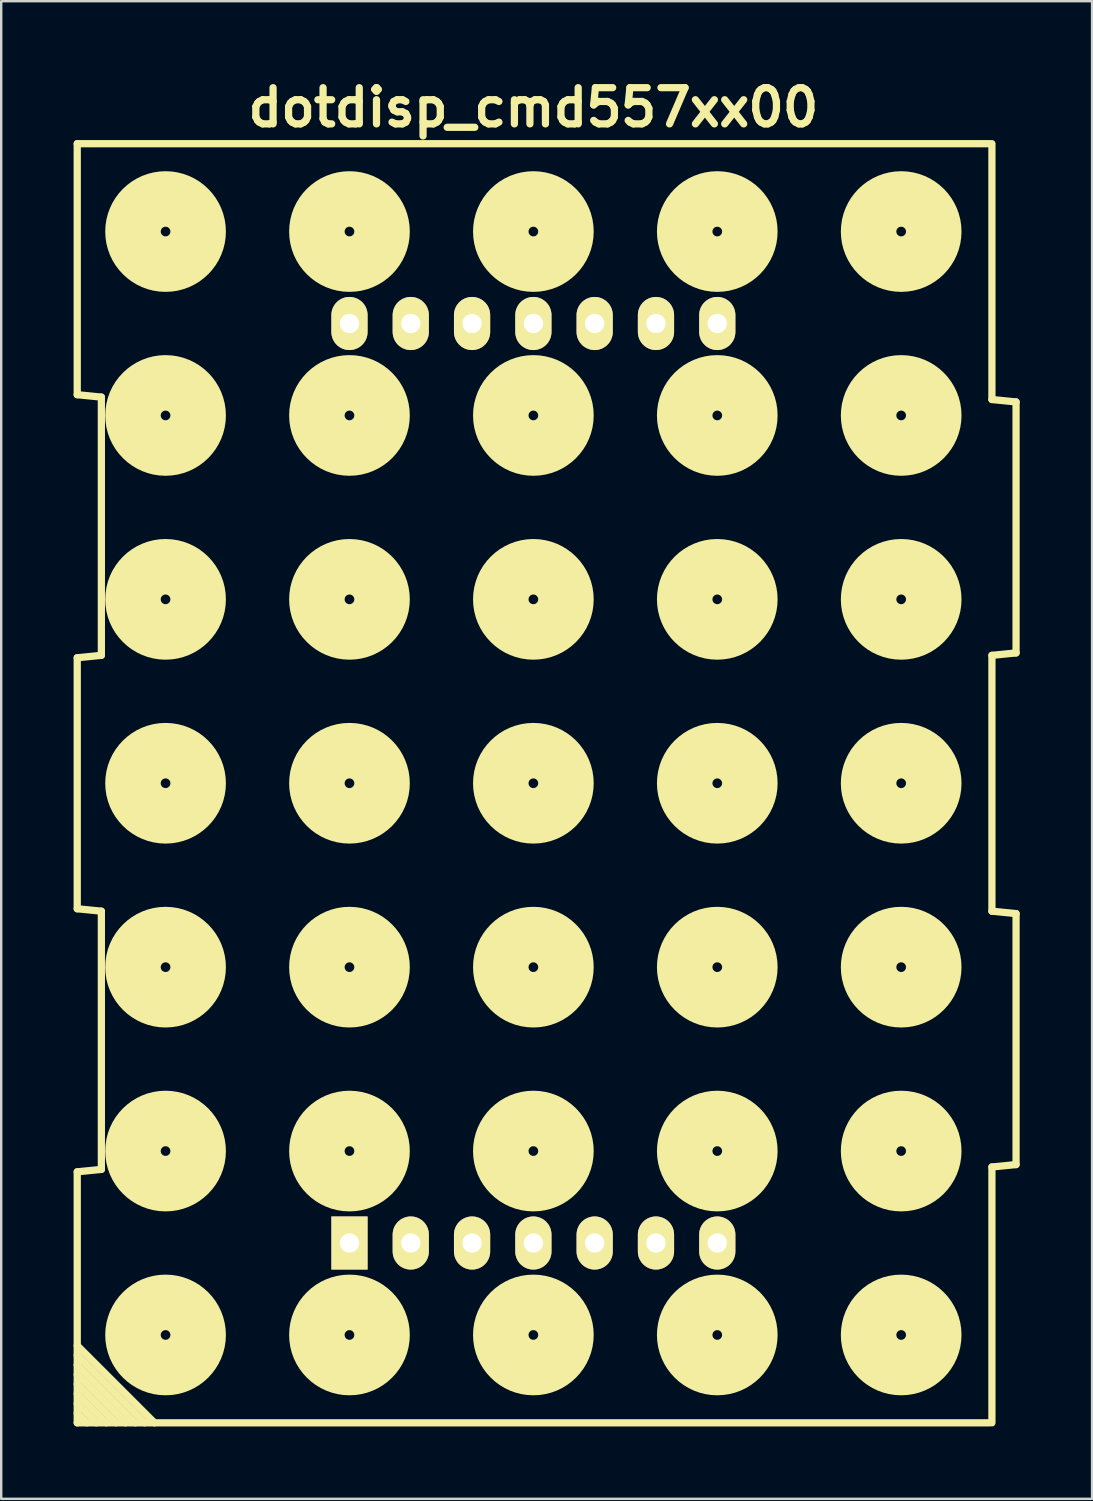
<source format=kicad_pcb>
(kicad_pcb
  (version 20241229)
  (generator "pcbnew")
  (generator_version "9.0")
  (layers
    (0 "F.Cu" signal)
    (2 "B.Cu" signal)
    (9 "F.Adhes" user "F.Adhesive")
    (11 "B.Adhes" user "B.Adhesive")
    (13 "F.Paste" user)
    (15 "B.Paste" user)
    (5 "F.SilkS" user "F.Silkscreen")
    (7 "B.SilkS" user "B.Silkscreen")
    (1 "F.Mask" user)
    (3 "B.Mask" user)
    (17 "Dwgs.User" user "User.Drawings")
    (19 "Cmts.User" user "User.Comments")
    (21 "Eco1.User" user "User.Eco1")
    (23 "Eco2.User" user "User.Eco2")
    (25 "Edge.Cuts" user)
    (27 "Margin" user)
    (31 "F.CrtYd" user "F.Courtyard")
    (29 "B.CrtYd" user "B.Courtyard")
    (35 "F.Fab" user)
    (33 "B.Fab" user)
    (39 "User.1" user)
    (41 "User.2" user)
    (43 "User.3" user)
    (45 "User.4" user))
  (footprint "dotdisp_cmd557xx00"
    (layer "F.Cu")
    (at 19.05 29.404)
    (property "Reference" "dotdisp_cmd557xx00" (at 0 -28 0) (layer "F.SilkS") (effects (font (size 1.5 1.5) (thickness 0.3))))
    (attr through_hole)
    (fp_line (start -18.9 -26.5) (end -18.9 -16.1) (stroke (width 0.3) (type solid)) (layer "F.SilkS"))
    (fp_line (start -18.9 -16.1) (end -17.9 -16) (stroke (width 0.3) (type solid)) (layer "F.SilkS"))
    (fp_line (start -18.9 -5.2) (end -18.9 5.2) (stroke (width 0.3) (type solid)) (layer "F.SilkS"))
    (fp_line (start -18.9 -5.2) (end -17.9 -5.3) (stroke (width 0.3) (type solid)) (layer "F.SilkS"))
    (fp_line (start -18.9 5.2) (end -17.9 5.3) (stroke (width 0.3) (type solid)) (layer "F.SilkS"))
    (fp_line (start -18.9 16.1) (end -18.9 26.5) (stroke (width 0.3) (type solid)) (layer "F.SilkS"))
    (fp_line (start -18.9 16.1) (end -17.9 16) (stroke (width 0.3) (type solid)) (layer "F.SilkS"))
    (fp_line (start -18.9 23.7) (end -16.1 26.5) (stroke (width 0.3) (type solid)) (layer "F.SilkS"))
    (fp_line (start -18.9 24.1) (end -16.5 26.5) (stroke (width 0.3) (type solid)) (layer "F.SilkS"))
    (fp_line (start -18.9 25.3) (end -17.7 26.5) (stroke (width 0.3) (type solid)) (layer "F.SilkS"))
    (fp_line (start -18.9 26.1) (end -18.5 26.5) (stroke (width 0.3) (type solid)) (layer "F.SilkS"))
    (fp_line (start -18.9 26.5) (end 18.9 26.5) (stroke (width 0.3) (type solid)) (layer "F.SilkS"))
    (fp_line (start -18.1 26.5) (end -18.9 25.7) (stroke (width 0.3) (type solid)) (layer "F.SilkS"))
    (fp_line (start -17.9 -5.3) (end -17.9 -16) (stroke (width 0.3) (type solid)) (layer "F.SilkS"))
    (fp_line (start -17.9 16) (end -17.9 5.3) (stroke (width 0.3) (type solid)) (layer "F.SilkS"))
    (fp_line (start -17.3 26.5) (end -18.9 24.9) (stroke (width 0.3) (type solid)) (layer "F.SilkS"))
    (fp_line (start -16.9 26.5) (end -18.9 24.5) (stroke (width 0.3) (type solid)) (layer "F.SilkS"))
    (fp_line (start -15.7 26.5) (end -18.9 23.3) (stroke (width 0.3) (type solid)) (layer "F.SilkS"))
    (fp_line (start 18.9 -26.5) (end -18.9 -26.5) (stroke (width 0.3) (type solid)) (layer "F.SilkS"))
    (fp_line (start 19 -15.9) (end 19 -26.5) (stroke (width 0.3) (type solid)) (layer "F.SilkS"))
    (fp_line (start 19 -15.9) (end 20 -15.8) (stroke (width 0.3) (type solid)) (layer "F.SilkS"))
    (fp_line (start 19 -5.3) (end 20 -5.4) (stroke (width 0.3) (type solid)) (layer "F.SilkS"))
    (fp_line (start 19 5.3) (end 19 -5.3) (stroke (width 0.3) (type solid)) (layer "F.SilkS"))
    (fp_line (start 19 5.3) (end 20 5.4) (stroke (width 0.3) (type solid)) (layer "F.SilkS"))
    (fp_line (start 19 15.9) (end 20 15.8) (stroke (width 0.3) (type solid)) (layer "F.SilkS"))
    (fp_line (start 19 26.5) (end 19 15.9) (stroke (width 0.3) (type solid)) (layer "F.SilkS"))
    (fp_line (start 20 -15.8) (end 20 -5.4) (stroke (width 0.3) (type solid)) (layer "F.SilkS"))
    (fp_line (start 20 5.4) (end 20 15.8) (stroke (width 0.3) (type solid)) (layer "F.SilkS"))
    (fp_circle (center -15.24 -22.86) (end -16.34 -22.86) (stroke (width 1) (type solid)) (fill no) (layer "F.SilkS"))
    (fp_circle (center -15.24 -22.86) (end -15.04 -22.86) (stroke (width 1) (type solid)) (fill no) (layer "F.SilkS"))
    (fp_circle (center -15.24 -22.86) (end -13.24 -22.86) (stroke (width 1) (type solid)) (fill no) (layer "F.SilkS"))
    (fp_circle (center -15.24 -15.24) (end -16.34 -15.24) (stroke (width 1) (type solid)) (fill no) (layer "F.SilkS"))
    (fp_circle (center -15.24 -15.24) (end -15.04 -15.24) (stroke (width 1) (type solid)) (fill no) (layer "F.SilkS"))
    (fp_circle (center -15.24 -15.24) (end -13.24 -15.24) (stroke (width 1) (type solid)) (fill no) (layer "F.SilkS"))
    (fp_circle (center -15.24 -7.62) (end -16.34 -7.62) (stroke (width 1) (type solid)) (fill no) (layer "F.SilkS"))
    (fp_circle (center -15.24 -7.62) (end -15.04 -7.62) (stroke (width 1) (type solid)) (fill no) (layer "F.SilkS"))
    (fp_circle (center -15.24 -7.62) (end -13.24 -7.62) (stroke (width 1) (type solid)) (fill no) (layer "F.SilkS"))
    (fp_circle (center -15.24 0) (end -16.34 0) (stroke (width 1) (type solid)) (fill no) (layer "F.SilkS"))
    (fp_circle (center -15.24 0) (end -15.04 0) (stroke (width 1) (type solid)) (fill no) (layer "F.SilkS"))
    (fp_circle (center -15.24 0) (end -13.24 0) (stroke (width 1) (type solid)) (fill no) (layer "F.SilkS"))
    (fp_circle (center -15.24 7.62) (end -16.34 7.62) (stroke (width 1) (type solid)) (fill no) (layer "F.SilkS"))
    (fp_circle (center -15.24 7.62) (end -15.04 7.62) (stroke (width 1) (type solid)) (fill no) (layer "F.SilkS"))
    (fp_circle (center -15.24 7.62) (end -13.24 7.62) (stroke (width 1) (type solid)) (fill no) (layer "F.SilkS"))
    (fp_circle (center -15.24 15.24) (end -16.34 15.24) (stroke (width 1) (type solid)) (fill no) (layer "F.SilkS"))
    (fp_circle (center -15.24 15.24) (end -15.04 15.24) (stroke (width 1) (type solid)) (fill no) (layer "F.SilkS"))
    (fp_circle (center -15.24 15.24) (end -13.24 15.24) (stroke (width 1) (type solid)) (fill no) (layer "F.SilkS"))
    (fp_circle (center -15.24 22.86) (end -16.34 22.86) (stroke (width 1) (type solid)) (fill no) (layer "F.SilkS"))
    (fp_circle (center -15.24 22.86) (end -15.04 22.86) (stroke (width 1) (type solid)) (fill no) (layer "F.SilkS"))
    (fp_circle (center -15.24 22.86) (end -13.24 22.86) (stroke (width 1) (type solid)) (fill no) (layer "F.SilkS"))
    (fp_circle (center -7.62 -22.86) (end -8.72 -22.86) (stroke (width 1) (type solid)) (fill no) (layer "F.SilkS"))
    (fp_circle (center -7.62 -22.86) (end -7.42 -22.86) (stroke (width 1) (type solid)) (fill no) (layer "F.SilkS"))
    (fp_circle (center -7.62 -22.86) (end -5.62 -22.86) (stroke (width 1) (type solid)) (fill no) (layer "F.SilkS"))
    (fp_circle (center -7.62 -15.24) (end -8.72 -15.24) (stroke (width 1) (type solid)) (fill no) (layer "F.SilkS"))
    (fp_circle (center -7.62 -15.24) (end -7.42 -15.24) (stroke (width 1) (type solid)) (fill no) (layer "F.SilkS"))
    (fp_circle (center -7.62 -15.24) (end -5.62 -15.24) (stroke (width 1) (type solid)) (fill no) (layer "F.SilkS"))
    (fp_circle (center -7.62 -7.62) (end -8.72 -7.62) (stroke (width 1) (type solid)) (fill no) (layer "F.SilkS"))
    (fp_circle (center -7.62 -7.62) (end -7.42 -7.62) (stroke (width 1) (type solid)) (fill no) (layer "F.SilkS"))
    (fp_circle (center -7.62 -7.62) (end -5.62 -7.62) (stroke (width 1) (type solid)) (fill no) (layer "F.SilkS"))
    (fp_circle (center -7.62 0) (end -8.72 0) (stroke (width 1) (type solid)) (fill no) (layer "F.SilkS"))
    (fp_circle (center -7.62 0) (end -7.42 0) (stroke (width 1) (type solid)) (fill no) (layer "F.SilkS"))
    (fp_circle (center -7.62 0) (end -5.62 0) (stroke (width 1) (type solid)) (fill no) (layer "F.SilkS"))
    (fp_circle (center -7.62 7.62) (end -8.72 7.62) (stroke (width 1) (type solid)) (fill no) (layer "F.SilkS"))
    (fp_circle (center -7.62 7.62) (end -7.42 7.62) (stroke (width 1) (type solid)) (fill no) (layer "F.SilkS"))
    (fp_circle (center -7.62 7.62) (end -5.62 7.62) (stroke (width 1) (type solid)) (fill no) (layer "F.SilkS"))
    (fp_circle (center -7.62 15.24) (end -8.72 15.24) (stroke (width 1) (type solid)) (fill no) (layer "F.SilkS"))
    (fp_circle (center -7.62 15.24) (end -7.42 15.24) (stroke (width 1) (type solid)) (fill no) (layer "F.SilkS"))
    (fp_circle (center -7.62 15.24) (end -5.62 15.24) (stroke (width 1) (type solid)) (fill no) (layer "F.SilkS"))
    (fp_circle (center -7.62 22.86) (end -8.72 22.86) (stroke (width 1) (type solid)) (fill no) (layer "F.SilkS"))
    (fp_circle (center -7.62 22.86) (end -7.42 22.86) (stroke (width 1) (type solid)) (fill no) (layer "F.SilkS"))
    (fp_circle (center -7.62 22.86) (end -5.62 22.86) (stroke (width 1) (type solid)) (fill no) (layer "F.SilkS"))
    (fp_circle (center 0 -22.86) (end -1.1 -22.86) (stroke (width 1) (type solid)) (fill no) (layer "F.SilkS"))
    (fp_circle (center 0 -22.86) (end 0.2 -22.86) (stroke (width 1) (type solid)) (fill no) (layer "F.SilkS"))
    (fp_circle (center 0 -22.86) (end 2 -22.86) (stroke (width 1) (type solid)) (fill no) (layer "F.SilkS"))
    (fp_circle (center 0 -15.24) (end -1.1 -15.24) (stroke (width 1) (type solid)) (fill no) (layer "F.SilkS"))
    (fp_circle (center 0 -15.24) (end 0.2 -15.24) (stroke (width 1) (type solid)) (fill no) (layer "F.SilkS"))
    (fp_circle (center 0 -15.24) (end 2 -15.24) (stroke (width 1) (type solid)) (fill no) (layer "F.SilkS"))
    (fp_circle (center 0 -7.62) (end -1.1 -7.62) (stroke (width 1) (type solid)) (fill no) (layer "F.SilkS"))
    (fp_circle (center 0 -7.62) (end 0.2 -7.62) (stroke (width 1) (type solid)) (fill no) (layer "F.SilkS"))
    (fp_circle (center 0 -7.62) (end 2 -7.62) (stroke (width 1) (type solid)) (fill no) (layer "F.SilkS"))
    (fp_circle (center 0 0) (end -1.1 0) (stroke (width 1) (type solid)) (fill no) (layer "F.SilkS"))
    (fp_circle (center 0 0) (end 0.2 0) (stroke (width 1) (type solid)) (fill no) (layer "F.SilkS"))
    (fp_circle (center 0 0) (end 2 0) (stroke (width 1) (type solid)) (fill no) (layer "F.SilkS"))
    (fp_circle (center 0 7.62) (end -1.1 7.62) (stroke (width 1) (type solid)) (fill no) (layer "F.SilkS"))
    (fp_circle (center 0 7.62) (end 0.2 7.62) (stroke (width 1) (type solid)) (fill no) (layer "F.SilkS"))
    (fp_circle (center 0 7.62) (end 2 7.62) (stroke (width 1) (type solid)) (fill no) (layer "F.SilkS"))
    (fp_circle (center 0 15.24) (end -1.1 15.24) (stroke (width 1) (type solid)) (fill no) (layer "F.SilkS"))
    (fp_circle (center 0 15.24) (end 0.2 15.24) (stroke (width 1) (type solid)) (fill no) (layer "F.SilkS"))
    (fp_circle (center 0 15.24) (end 2 15.24) (stroke (width 1) (type solid)) (fill no) (layer "F.SilkS"))
    (fp_circle (center 0 22.86) (end -1.1 22.86) (stroke (width 1) (type solid)) (fill no) (layer "F.SilkS"))
    (fp_circle (center 0 22.86) (end 0.2 22.86) (stroke (width 1) (type solid)) (fill no) (layer "F.SilkS"))
    (fp_circle (center 0 22.86) (end 2 22.86) (stroke (width 1) (type solid)) (fill no) (layer "F.SilkS"))
    (fp_circle (center 7.62 -22.86) (end 6.52 -22.86) (stroke (width 1) (type solid)) (fill no) (layer "F.SilkS"))
    (fp_circle (center 7.62 -22.86) (end 7.82 -22.86) (stroke (width 1) (type solid)) (fill no) (layer "F.SilkS"))
    (fp_circle (center 7.62 -22.86) (end 9.62 -22.86) (stroke (width 1) (type solid)) (fill no) (layer "F.SilkS"))
    (fp_circle (center 7.62 -15.24) (end 6.52 -15.24) (stroke (width 1) (type solid)) (fill no) (layer "F.SilkS"))
    (fp_circle (center 7.62 -15.24) (end 7.82 -15.24) (stroke (width 1) (type solid)) (fill no) (layer "F.SilkS"))
    (fp_circle (center 7.62 -15.24) (end 9.62 -15.24) (stroke (width 1) (type solid)) (fill no) (layer "F.SilkS"))
    (fp_circle (center 7.62 -7.62) (end 6.52 -7.62) (stroke (width 1) (type solid)) (fill no) (layer "F.SilkS"))
    (fp_circle (center 7.62 -7.62) (end 7.82 -7.62) (stroke (width 1) (type solid)) (fill no) (layer "F.SilkS"))
    (fp_circle (center 7.62 -7.62) (end 9.62 -7.62) (stroke (width 1) (type solid)) (fill no) (layer "F.SilkS"))
    (fp_circle (center 7.62 0) (end 6.52 0) (stroke (width 1) (type solid)) (fill no) (layer "F.SilkS"))
    (fp_circle (center 7.62 0) (end 7.82 0) (stroke (width 1) (type solid)) (fill no) (layer "F.SilkS"))
    (fp_circle (center 7.62 0) (end 9.62 0) (stroke (width 1) (type solid)) (fill no) (layer "F.SilkS"))
    (fp_circle (center 7.62 7.62) (end 6.52 7.62) (stroke (width 1) (type solid)) (fill no) (layer "F.SilkS"))
    (fp_circle (center 7.62 7.62) (end 7.82 7.62) (stroke (width 1) (type solid)) (fill no) (layer "F.SilkS"))
    (fp_circle (center 7.62 7.62) (end 9.62 7.62) (stroke (width 1) (type solid)) (fill no) (layer "F.SilkS"))
    (fp_circle (center 7.62 15.24) (end 6.52 15.24) (stroke (width 1) (type solid)) (fill no) (layer "F.SilkS"))
    (fp_circle (center 7.62 15.24) (end 7.82 15.24) (stroke (width 1) (type solid)) (fill no) (layer "F.SilkS"))
    (fp_circle (center 7.62 15.24) (end 9.62 15.24) (stroke (width 1) (type solid)) (fill no) (layer "F.SilkS"))
    (fp_circle (center 7.62 22.86) (end 6.52 22.86) (stroke (width 1) (type solid)) (fill no) (layer "F.SilkS"))
    (fp_circle (center 7.62 22.86) (end 7.82 22.86) (stroke (width 1) (type solid)) (fill no) (layer "F.SilkS"))
    (fp_circle (center 7.62 22.86) (end 9.62 22.86) (stroke (width 1) (type solid)) (fill no) (layer "F.SilkS"))
    (fp_circle (center 15.24 -22.86) (end 14.14 -22.86) (stroke (width 1) (type solid)) (fill no) (layer "F.SilkS"))
    (fp_circle (center 15.24 -22.86) (end 15.44 -22.86) (stroke (width 1) (type solid)) (fill no) (layer "F.SilkS"))
    (fp_circle (center 15.24 -22.86) (end 17.24 -22.86) (stroke (width 1) (type solid)) (fill no) (layer "F.SilkS"))
    (fp_circle (center 15.24 -15.24) (end 14.14 -15.24) (stroke (width 1) (type solid)) (fill no) (layer "F.SilkS"))
    (fp_circle (center 15.24 -15.24) (end 15.44 -15.24) (stroke (width 1) (type solid)) (fill no) (layer "F.SilkS"))
    (fp_circle (center 15.24 -15.24) (end 17.24 -15.24) (stroke (width 1) (type solid)) (fill no) (layer "F.SilkS"))
    (fp_circle (center 15.24 -7.62) (end 14.14 -7.62) (stroke (width 1) (type solid)) (fill no) (layer "F.SilkS"))
    (fp_circle (center 15.24 -7.62) (end 15.44 -7.62) (stroke (width 1) (type solid)) (fill no) (layer "F.SilkS"))
    (fp_circle (center 15.24 -7.62) (end 17.24 -7.62) (stroke (width 1) (type solid)) (fill no) (layer "F.SilkS"))
    (fp_circle (center 15.24 0) (end 14.14 0) (stroke (width 1) (type solid)) (fill no) (layer "F.SilkS"))
    (fp_circle (center 15.24 0) (end 15.44 0) (stroke (width 1) (type solid)) (fill no) (layer "F.SilkS"))
    (fp_circle (center 15.24 0) (end 17.24 0) (stroke (width 1) (type solid)) (fill no) (layer "F.SilkS"))
    (fp_circle (center 15.24 7.62) (end 14.14 7.62) (stroke (width 1) (type solid)) (fill no) (layer "F.SilkS"))
    (fp_circle (center 15.24 7.62) (end 15.44 7.62) (stroke (width 1) (type solid)) (fill no) (layer "F.SilkS"))
    (fp_circle (center 15.24 7.62) (end 17.24 7.62) (stroke (width 1) (type solid)) (fill no) (layer "F.SilkS"))
    (fp_circle (center 15.24 15.24) (end 14.14 15.24) (stroke (width 1) (type solid)) (fill no) (layer "F.SilkS"))
    (fp_circle (center 15.24 15.24) (end 15.44 15.24) (stroke (width 1) (type solid)) (fill no) (layer "F.SilkS"))
    (fp_circle (center 15.24 15.24) (end 17.24 15.24) (stroke (width 1) (type solid)) (fill no) (layer "F.SilkS"))
    (fp_circle (center 15.24 22.86) (end 14.14 22.86) (stroke (width 1) (type solid)) (fill no) (layer "F.SilkS"))
    (fp_circle (center 15.24 22.86) (end 15.44 22.86) (stroke (width 1) (type solid)) (fill no) (layer "F.SilkS"))
    (fp_circle (center 15.24 22.86) (end 17.24 22.86) (stroke (width 1) (type solid)) (fill no) (layer "F.SilkS"))
    (pad "1" thru_hole rect (at -7.62 19.05 90) (size 2.2 1.5) (drill 0.8) (layers "*.Cu" "*.Mask" "F.SilkS"))
    (pad "2" thru_hole oval (at -5.08 19.05 90) (size 2.2 1.5) (drill 0.8) (layers "*.Cu" "*.Mask" "F.SilkS"))
    (pad "3" thru_hole oval (at -2.54 19.05 90) (size 2.2 1.5) (drill 0.8) (layers "*.Cu" "*.Mask" "F.SilkS"))
    (pad "4" thru_hole oval (at 0 19.05 90) (size 2.2 1.5) (drill 0.8) (layers "*.Cu" "*.Mask" "F.SilkS"))
    (pad "5" thru_hole oval (at 2.54 19.05 90) (size 2.2 1.5) (drill 0.8) (layers "*.Cu" "*.Mask" "F.SilkS"))
    (pad "6" thru_hole oval (at 5.08 19.05 90) (size 2.2 1.5) (drill 0.8) (layers "*.Cu" "*.Mask" "F.SilkS"))
    (pad "7" thru_hole oval (at 7.62 19.05 90) (size 2.2 1.5) (drill 0.8) (layers "*.Cu" "*.Mask" "F.SilkS"))
    (pad "8" thru_hole oval (at 7.62 -19.05 90) (size 2.2 1.5) (drill 0.8) (layers "*.Cu" "*.Mask" "F.SilkS"))
    (pad "9" thru_hole oval (at 5.08 -19.05 90) (size 2.2 1.5) (drill 0.8) (layers "*.Cu" "*.Mask" "F.SilkS"))
    (pad "10" thru_hole oval (at 2.54 -19.05 90) (size 2.2 1.5) (drill 0.8) (layers "*.Cu" "*.Mask" "F.SilkS"))
    (pad "11" thru_hole oval (at 0 -19.05 90) (size 2.2 1.5) (drill 0.8) (layers "*.Cu" "*.Mask" "F.SilkS"))
    (pad "12" thru_hole oval (at -2.54 -19.05 90) (size 2.2 1.5) (drill 0.8) (layers "*.Cu" "*.Mask" "F.SilkS"))
    (pad "13" thru_hole oval (at -5.08 -19.05 90) (size 2.2 1.5) (drill 0.8) (layers "*.Cu" "*.Mask" "F.SilkS"))
    (pad "14" thru_hole oval (at -7.62 -19.05 90) (size 2.2 1.5) (drill 0.8) (layers "*.Cu" "*.Mask" "F.SilkS")))
  (gr_rect
    (start -3 -3)
    (end 42.2 59.054)
    (stroke (width 0.1) (type default))
    (fill no)
    (layer "Edge.Cuts")))
</source>
